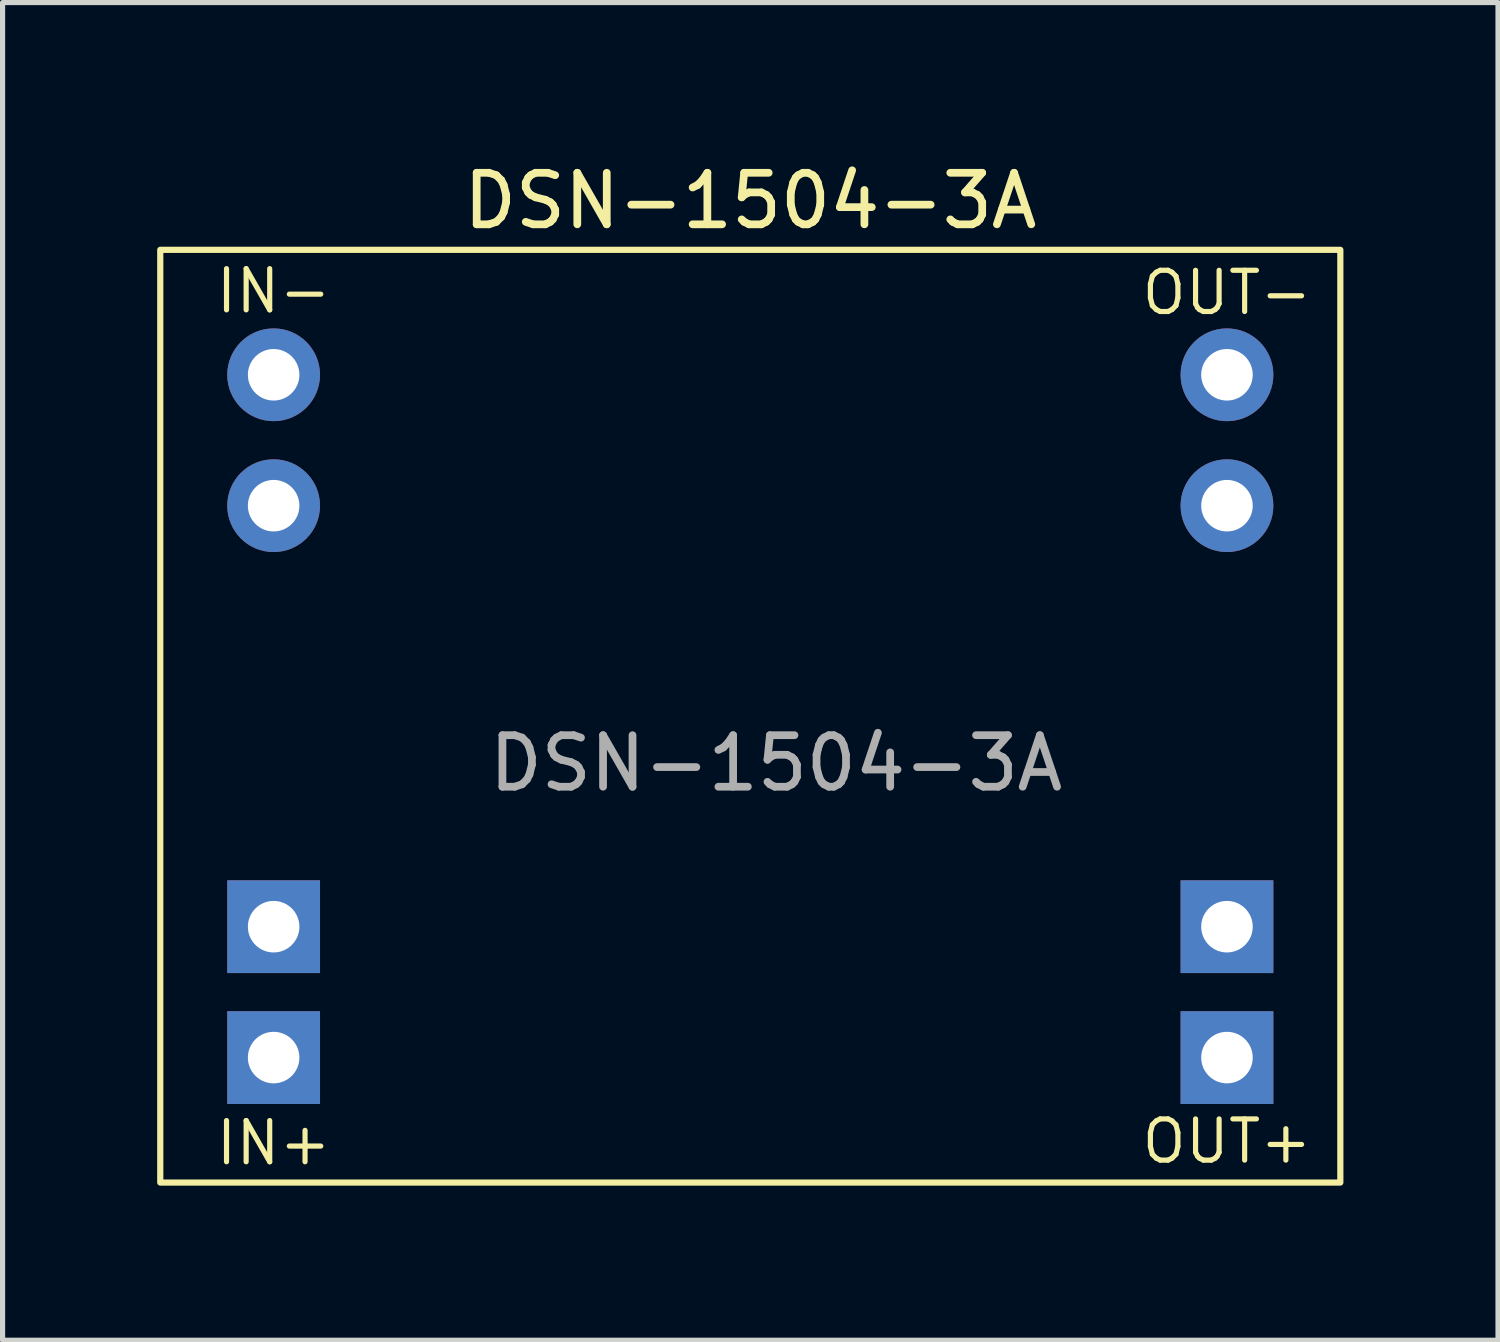
<source format=kicad_pcb>
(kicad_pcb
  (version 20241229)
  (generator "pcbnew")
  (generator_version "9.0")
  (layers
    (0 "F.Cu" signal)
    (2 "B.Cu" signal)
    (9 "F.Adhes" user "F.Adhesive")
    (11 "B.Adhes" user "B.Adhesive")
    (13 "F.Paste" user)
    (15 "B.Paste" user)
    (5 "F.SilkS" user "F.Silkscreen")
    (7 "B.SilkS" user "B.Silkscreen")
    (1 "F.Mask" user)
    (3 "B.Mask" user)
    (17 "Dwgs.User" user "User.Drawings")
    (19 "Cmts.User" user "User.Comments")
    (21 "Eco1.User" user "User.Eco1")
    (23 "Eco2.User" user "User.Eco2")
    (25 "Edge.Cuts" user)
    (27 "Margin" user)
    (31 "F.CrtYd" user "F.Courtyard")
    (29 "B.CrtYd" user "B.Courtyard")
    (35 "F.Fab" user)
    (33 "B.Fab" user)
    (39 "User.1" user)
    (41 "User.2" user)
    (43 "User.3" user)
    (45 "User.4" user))
  (footprint "DSN-1504-3A"
    (layer "F.Cu")
    (at 11.51 10.848)
    (property "Reference" "DSN-1504-3A" (at 0 -10 0) (unlocked yes) (layer "F.SilkS") (effects (font (size 1 1) (thickness 0.15))))
    (attr smd)
    (fp_rect (start -11.45 -9.05) (end 11.45 9.05) (stroke (width 0.12) (type default)) (fill no) (layer "F.SilkS"))
    (fp_text user "IN-" (at -9.25 -8.25 0) (unlocked yes) (layer "F.SilkS") (effects (font (size 0.8 0.8) (thickness 0.1))))
    (fp_text user "OUT+" (at 9.25 8.25 0) (unlocked yes) (layer "F.SilkS") (effects (font (size 0.8 0.8) (thickness 0.1))))
    (fp_text user "OUT-" (at 9.25 -7.75 0) (unlocked yes) (layer "F.SilkS") (effects (font (size 0.8 0.8) (thickness 0.1)) (justify bottom)))
    (fp_text user "IN+" (at -9.25 8.75 0) (unlocked yes) (layer "F.SilkS") (effects (font (size 0.8 0.8) (thickness 0.1)) (justify bottom)))
    (fp_text user "${REFERENCE}" (at 0.5 0.914 0) (unlocked yes) (layer "F.Fab") (effects (font (size 1 1) (thickness 0.15))))
    (pad "1" thru_hole rect (at -9.25 6.625 180) (size 1.8 1.8) (drill 1) (layers "*.Cu" "*.Mask"))
    (pad "2" thru_hole rect (at -9.25 4.085 180) (size 1.8 1.8) (drill 1) (layers "*.Cu" "*.Mask"))
    (pad "3" thru_hole circle (at -9.25 -4.085 180) (size 1.8 1.8) (drill 1) (layers "*.Cu" "*.Mask"))
    (pad "4" thru_hole circle (at -9.25 -6.625 180) (size 1.8 1.8) (drill 1) (layers "*.Cu" "*.Mask"))
    (pad "5" thru_hole circle (at 9.25 -6.625 180) (size 1.8 1.8) (drill 1) (layers "*.Cu" "*.Mask"))
    (pad "6" thru_hole circle (at 9.25 -4.085 180) (size 1.8 1.8) (drill 1) (layers "*.Cu" "*.Mask"))
    (pad "7" thru_hole rect (at 9.25 4.085 180) (size 1.8 1.8) (drill 1) (layers "*.Cu" "*.Mask"))
    (pad "8" thru_hole rect (at 9.25 6.625 180) (size 1.8 1.8) (drill 1) (layers "*.Cu" "*.Mask")))
  (gr_rect
    (start -3 -3)
    (end 26.02 22.958)
    (stroke (width 0.1) (type default))
    (fill no)
    (layer "Edge.Cuts")))
</source>
